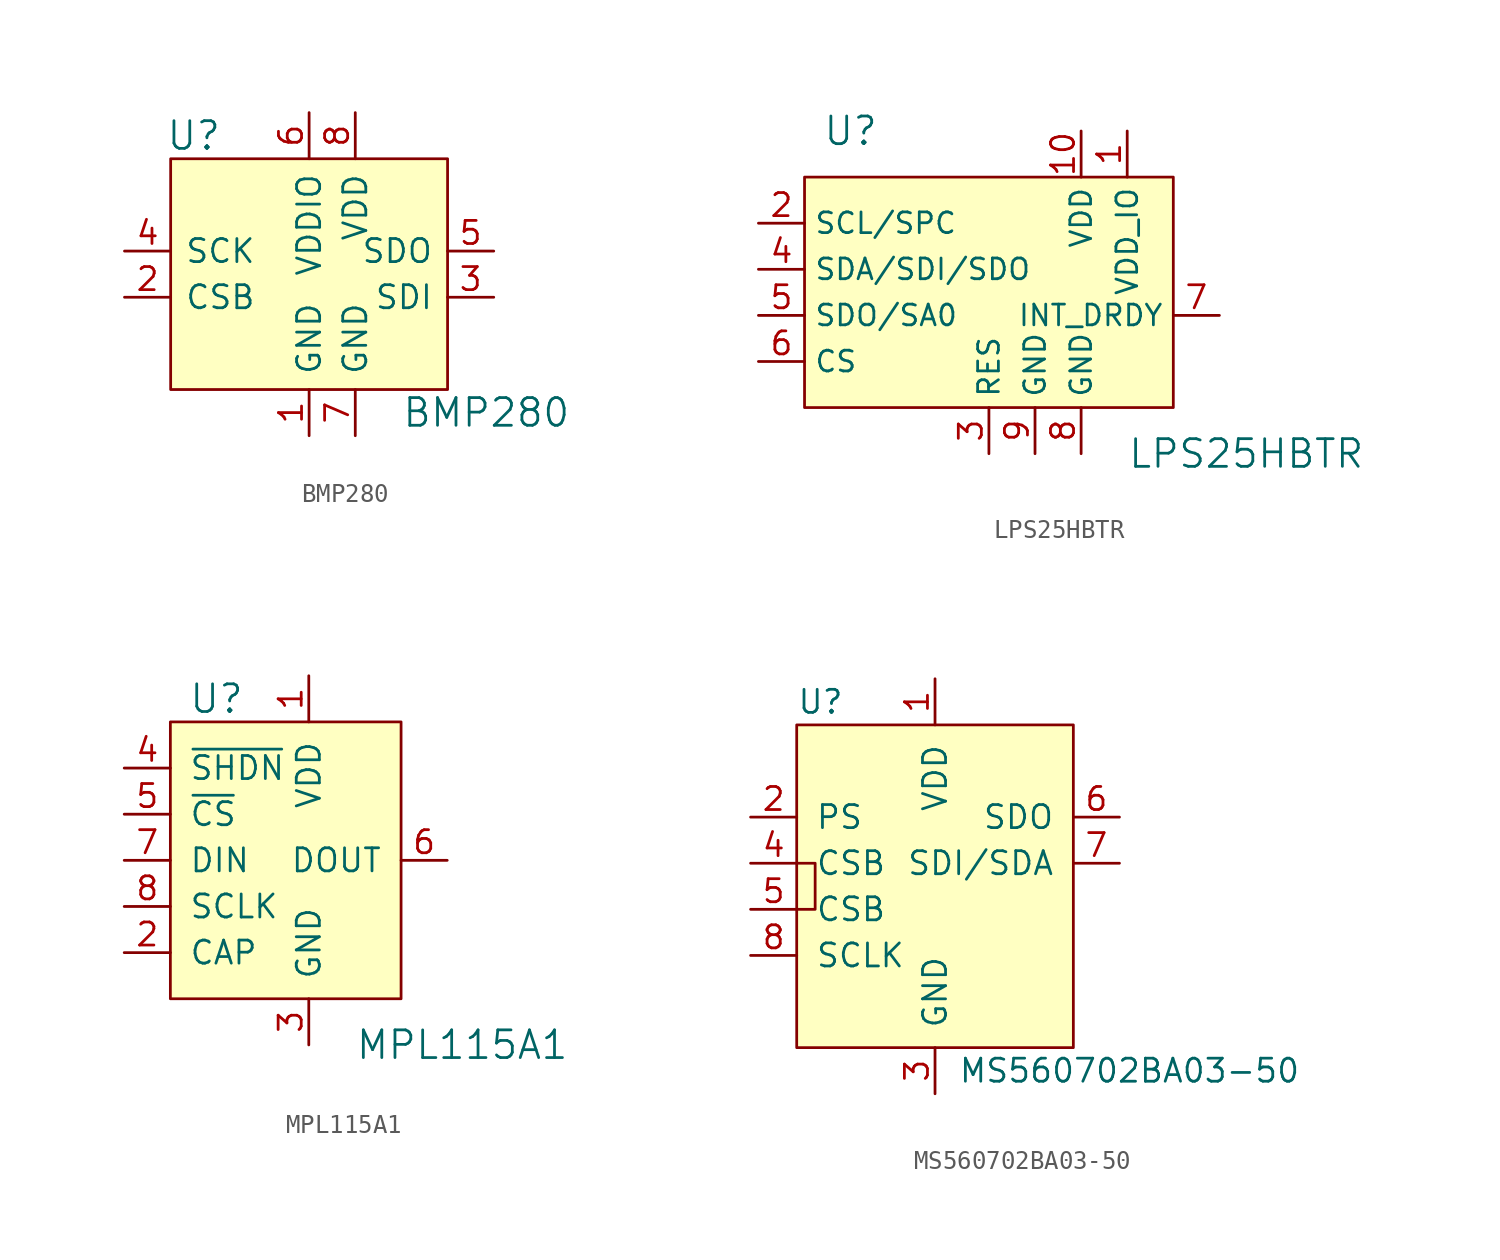
<source format=kicad_sym>
(kicad_symbol_lib
  (version 20201005)
  (generator kicad_symbol_editor)
  (symbol "BMP280"
    (pin_names
      (offset 0.762))
    (property "Reference" "U"
      (at -6.35 8.89 0)
      (effects (font (size 1.524 1.524))))
    (property "Value" "BMP280"
      (at 5.08 -6.35 0)
      (effects (font (size 1.524 1.524)) (justify left)))
    (symbol "BMP280_0_1"
      (rectangle (start 7.62 7.62) (end -7.62 -5.08) (stroke (width 0)) (fill (type background))))
    (symbol "BMP280_1_1"
      (pin power_in line (at 0 -7.62 90) (length 2.54) (name "GND" (effects (font (size 1.27 1.27)))) (number "1" (effects (font (size 1.27 1.27)))))
      (pin input line (at -10.16 0 0) (length 2.54) (name "CSB" (effects (font (size 1.27 1.27)))) (number "2" (effects (font (size 1.27 1.27)))))
      (pin bidirectional line (at 10.16 0 180) (length 2.54) (name "SDI" (effects (font (size 1.27 1.27)))) (number "3" (effects (font (size 1.27 1.27)))))
      (pin input line (at -10.16 2.54 0) (length 2.54) (name "SCK" (effects (font (size 1.27 1.27)))) (number "4" (effects (font (size 1.27 1.27)))))
      (pin bidirectional line (at 10.16 2.54 180) (length 2.54) (name "SDO" (effects (font (size 1.27 1.27)))) (number "5" (effects (font (size 1.27 1.27)))))
      (pin power_in line (at 0 10.16 270) (length 2.54) (name "VDDIO" (effects (font (size 1.27 1.27)))) (number "6" (effects (font (size 1.27 1.27)))))
      (pin power_in line (at 2.54 -7.62 90) (length 2.54) (name "GND" (effects (font (size 1.27 1.27)))) (number "7" (effects (font (size 1.27 1.27)))))
      (pin power_in line (at 2.54 10.16 270) (length 2.54) (name "VDD" (effects (font (size 1.27 1.27)))) (number "8" (effects (font (size 1.27 1.27)))))))
  (symbol "LPS25HBTR"
    (property "Reference" "U"
      (at -7.62 7.62 0)
      (effects (font (size 1.524 1.524))))
    (property "Value" "LPS25HBTR"
      (at 7.62 -10.16 0)
      (effects (font (size 1.524 1.524)) (justify left)))
    (symbol "LPS25HBTR_0_1"
      (rectangle (start -10.16 5.08) (end 10.16 -7.62) (stroke (width 0)) (fill (type background))))
    (symbol "LPS25HBTR_1_1"
      (pin power_in line (at 7.62 7.62 270) (length 2.54) (name "VDD_IO" (effects (font (size 1.143 1.143)))) (number "1" (effects (font (size 1.27 1.27)))))
      (pin input line (at -12.7 2.54 0) (length 2.54) (name "SCL/SPC" (effects (font (size 1.143 1.143)))) (number "2" (effects (font (size 1.27 1.27)))))
      (pin passive line (at 0 -10.16 90) (length 2.54) (name "RES" (effects (font (size 1.143 1.143)))) (number "3" (effects (font (size 1.27 1.27)))))
      (pin bidirectional line (at -12.7 0 0) (length 2.54) (name "SDA/SDI/SDO" (effects (font (size 1.143 1.143)))) (number "4" (effects (font (size 1.27 1.27)))))
      (pin bidirectional line (at -12.7 -2.54 0) (length 2.54) (name "SDO/SA0" (effects (font (size 1.143 1.143)))) (number "5" (effects (font (size 1.27 1.27)))))
      (pin input line (at -12.7 -5.08 0) (length 2.54) (name "CS" (effects (font (size 1.143 1.143)))) (number "6" (effects (font (size 1.27 1.27)))))
      (pin output line (at 12.7 -2.54 180) (length 2.54) (name "INT_DRDY" (effects (font (size 1.143 1.143)))) (number "7" (effects (font (size 1.27 1.27)))))
      (pin power_in line (at 5.08 -10.16 90) (length 2.54) (name "GND" (effects (font (size 1.143 1.143)))) (number "8" (effects (font (size 1.27 1.27)))))
      (pin power_in line (at 2.54 -10.16 90) (length 2.54) (name "GND" (effects (font (size 1.143 1.143)))) (number "9" (effects (font (size 1.27 1.27)))))
      (pin power_in line (at 5.08 7.62 270) (length 2.54) (name "VDD" (effects (font (size 1.143 1.143)))) (number "10" (effects (font (size 1.27 1.27)))))))
  (symbol "MPL115A1"
    (pin_names
      (offset 1.016))
    (property "Reference" "U"
      (at -5.08 8.89 0)
      (effects (font (size 1.524 1.524))))
    (property "Value" "MPL115A1"
      (at 2.54 -10.16 0)
      (effects (font (size 1.524 1.524)) (justify left)))
    (symbol "MPL115A1_0_1"
      (rectangle (start -7.62 7.62) (end 5.08 -7.62) (stroke (width 0)) (fill (type background))))
    (symbol "MPL115A1_1_1"
      (pin power_in line (at 0 10.16 270) (length 2.54) (name "VDD" (effects (font (size 1.27 1.27)))) (number "1" (effects (font (size 1.27 1.27)))))
      (pin passive line (at -10.16 -5.08 0) (length 2.54) (name "CAP" (effects (font (size 1.27 1.27)))) (number "2" (effects (font (size 1.27 1.27)))))
      (pin power_in line (at 0 -10.16 90) (length 2.54) (name "GND" (effects (font (size 1.27 1.27)))) (number "3" (effects (font (size 1.27 1.27)))))
      (pin input line (at -10.16 5.08 0) (length 2.54) (name "~SHDN" (effects (font (size 1.27 1.27)))) (number "4" (effects (font (size 1.27 1.27)))))
      (pin input line (at -10.16 2.54 0) (length 2.54) (name "~CS" (effects (font (size 1.27 1.27)))) (number "5" (effects (font (size 1.27 1.27)))))
      (pin output line (at 7.62 0 180) (length 2.54) (name "DOUT" (effects (font (size 1.27 1.27)))) (number "6" (effects (font (size 1.27 1.27)))))
      (pin input line (at -10.16 0 0) (length 2.54) (name "DIN" (effects (font (size 1.27 1.27)))) (number "7" (effects (font (size 1.27 1.27)))))
      (pin input line (at -10.16 -2.54 0) (length 2.54) (name "SCLK" (effects (font (size 1.27 1.27)))) (number "8" (effects (font (size 1.27 1.27)))))))
  (symbol "MS560702BA03-50"
    (pin_names
      (offset 1.016))
    (property "Reference" "U"
      (at -7.62 8.89 0)
      (effects (font (size 1.27 1.27)) (justify left)))
    (property "Value" "MS560702BA03-50"
      (at 1.27 -11.43 0)
      (effects (font (size 1.27 1.27)) (justify left)))
    (symbol "MS560702BA03-50_0_1"
      (rectangle (start -7.62 7.62) (end 7.62 -10.16) (stroke (width 0)) (fill (type background)))
      (polyline (pts (xy -7.62 0) (xy -6.604 0) (xy -6.604 -2.54) (xy -7.62 -2.54)) (stroke (width 0)) (fill (type none))))
    (symbol "MS560702BA03-50_1_1"
      (pin power_in line (at 0 10.16 270) (length 2.54) (name "VDD" (effects (font (size 1.27 1.27)))) (number "1" (effects (font (size 1.27 1.27)))))
      (pin input line (at -10.16 2.54 0) (length 2.54) (name "PS" (effects (font (size 1.27 1.27)))) (number "2" (effects (font (size 1.27 1.27)))))
      (pin power_in line (at 0 -12.7 90) (length 2.54) (name "GND" (effects (font (size 1.27 1.27)))) (number "3" (effects (font (size 1.27 1.27)))))
      (pin input line (at -10.16 0 0) (length 2.54) (name "CSB" (effects (font (size 1.27 1.27)))) (number "4" (effects (font (size 1.27 1.27)))))
      (pin input line (at -10.16 -2.54 0) (length 2.54) (name "CSB" (effects (font (size 1.27 1.27)))) (number "5" (effects (font (size 1.27 1.27)))))
      (pin output line (at 10.16 2.54 180) (length 2.54) (name "SDO" (effects (font (size 1.27 1.27)))) (number "6" (effects (font (size 1.27 1.27)))))
      (pin bidirectional line (at 10.16 0 180) (length 2.54) (name "SDI/SDA" (effects (font (size 1.27 1.27)))) (number "7" (effects (font (size 1.27 1.27)))))
      (pin input line (at -10.16 -5.08 0) (length 2.54) (name "SCLK" (effects (font (size 1.27 1.27)))) (number "8" (effects (font (size 1.27 1.27))))))))
</source>
